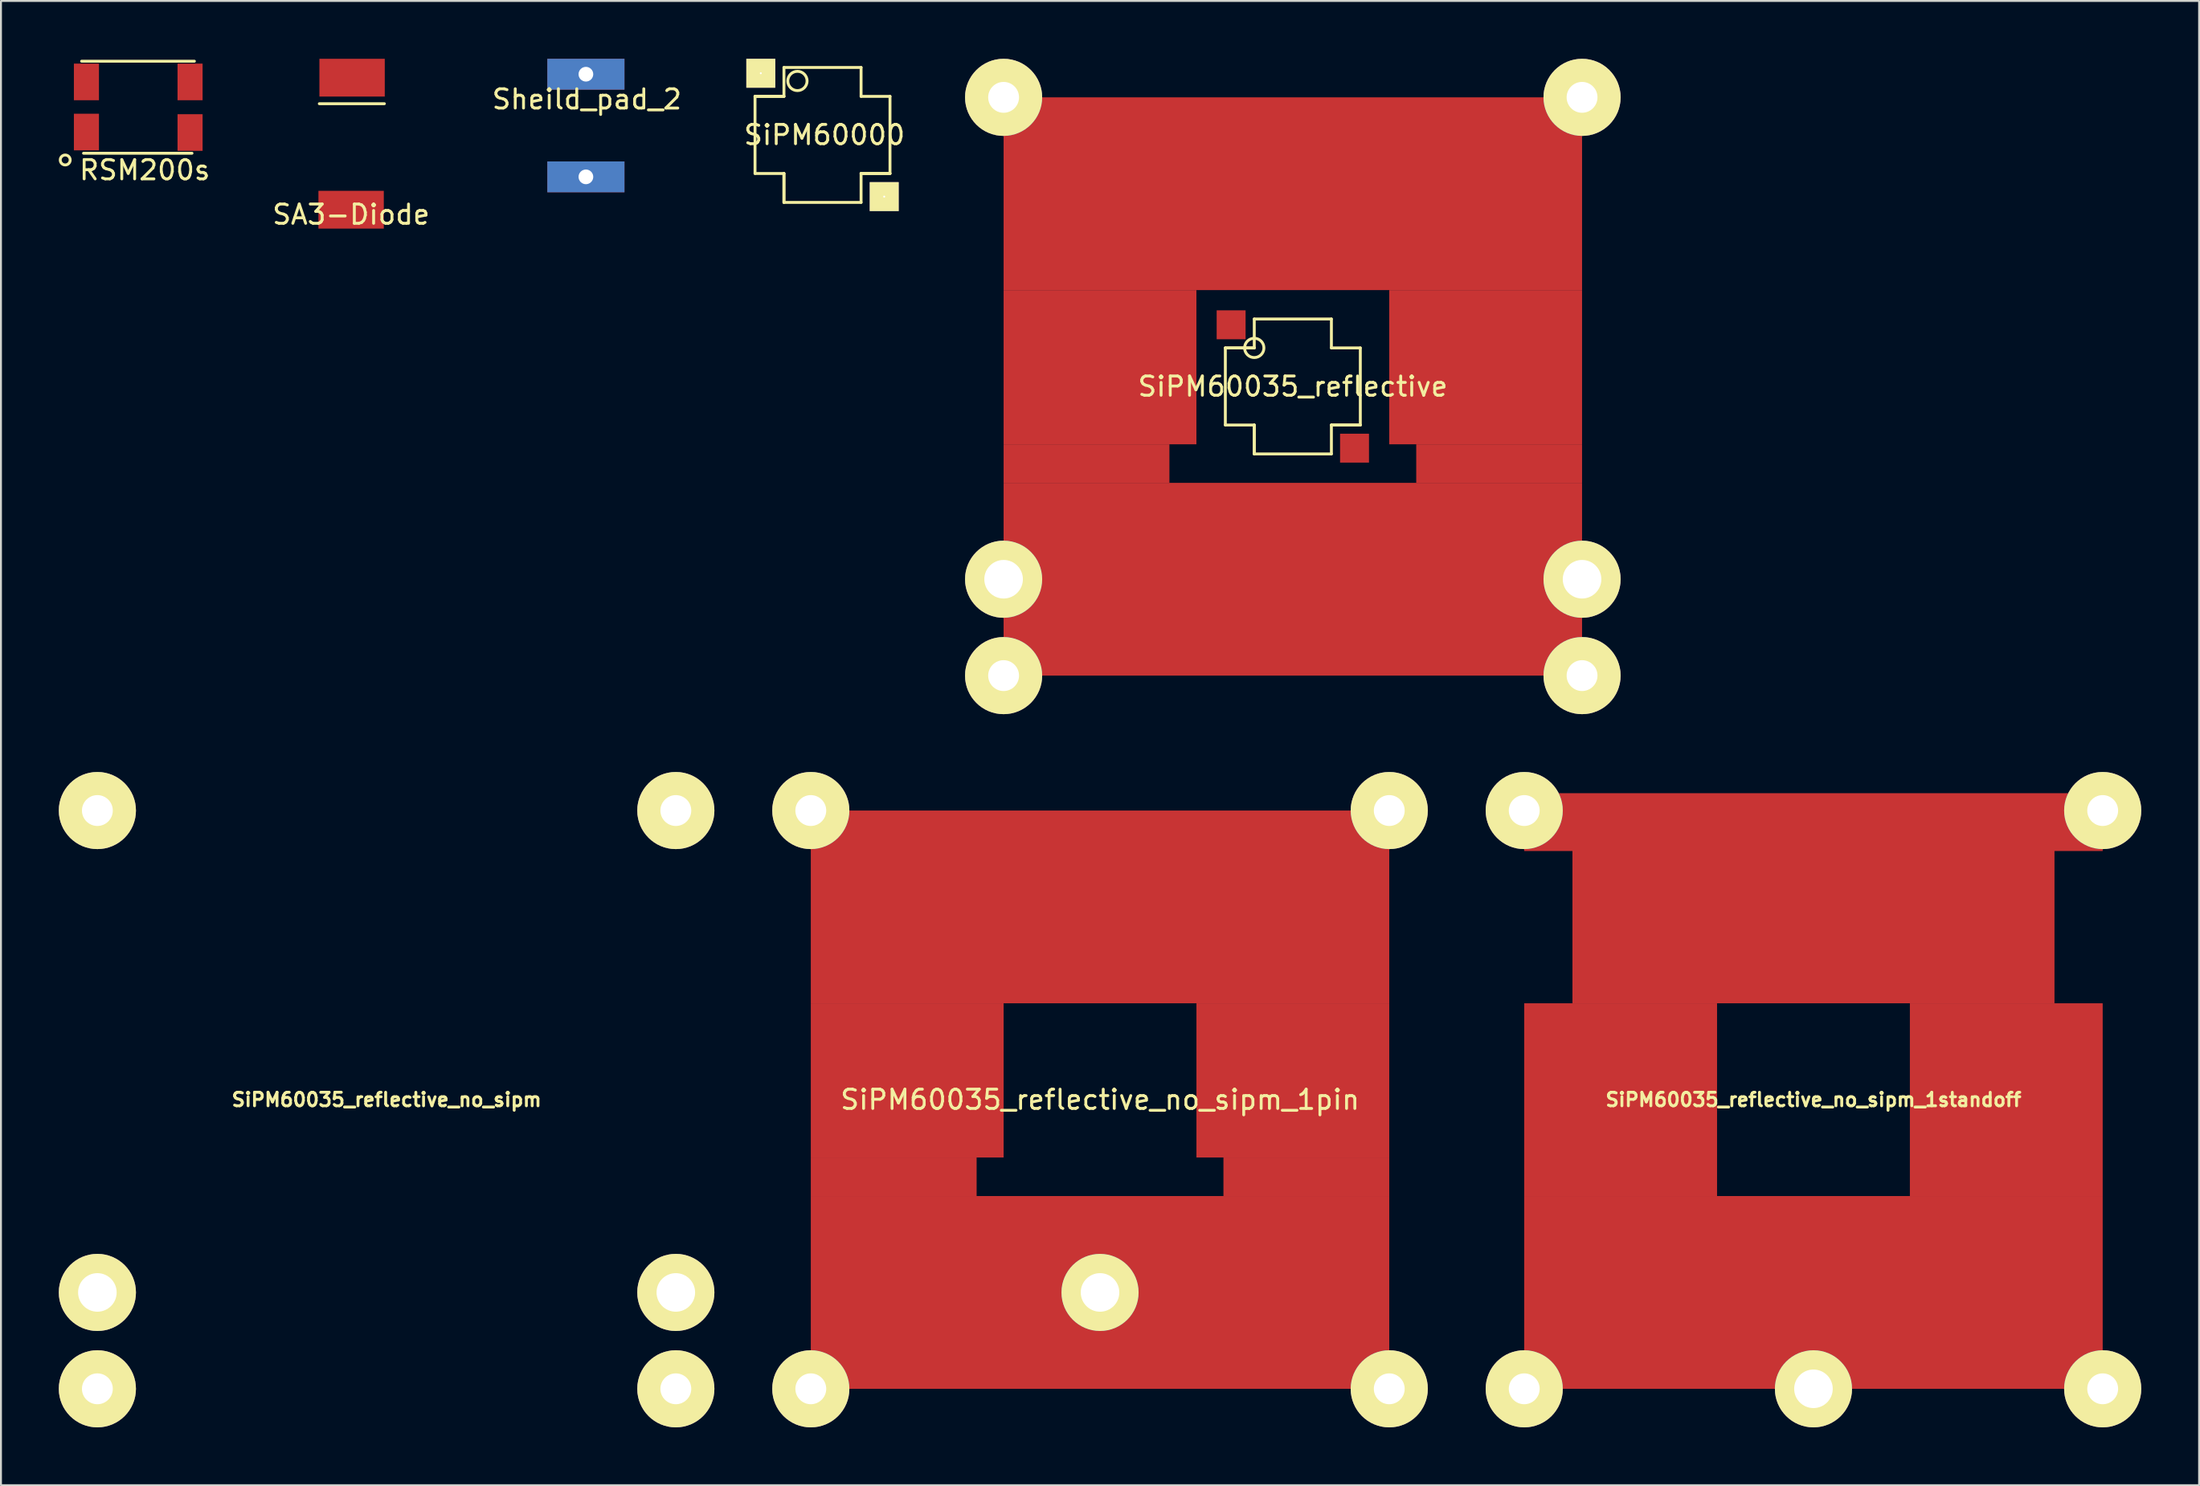
<source format=kicad_pcb>
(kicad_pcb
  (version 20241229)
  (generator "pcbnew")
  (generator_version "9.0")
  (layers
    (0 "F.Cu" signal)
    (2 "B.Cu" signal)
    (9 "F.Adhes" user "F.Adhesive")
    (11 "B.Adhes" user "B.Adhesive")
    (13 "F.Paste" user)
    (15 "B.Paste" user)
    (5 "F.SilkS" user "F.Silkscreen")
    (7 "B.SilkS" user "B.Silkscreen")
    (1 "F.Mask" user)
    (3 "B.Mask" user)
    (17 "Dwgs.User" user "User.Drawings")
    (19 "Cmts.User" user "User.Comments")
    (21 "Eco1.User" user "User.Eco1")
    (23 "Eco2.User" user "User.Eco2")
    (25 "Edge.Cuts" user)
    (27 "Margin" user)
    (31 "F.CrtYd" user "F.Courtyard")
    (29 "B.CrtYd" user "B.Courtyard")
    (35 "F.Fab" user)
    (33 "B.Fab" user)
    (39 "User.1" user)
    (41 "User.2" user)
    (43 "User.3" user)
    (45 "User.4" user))
  (footprint "SiPM60035_reflective"
    (layer "F.Cu")
    (at 63.999 17)
    (property "Reference" "SiPM60035_reflective" (at 0 0 0) (layer "F.SilkS") (effects (font (size 1 1) (thickness 0.15))))
    (attr through_hole)
    (fp_line (start -3.5 -2) (end -3.5 2) (stroke (width 0.15) (type solid)) (layer "F.SilkS"))
    (fp_line (start -3.5 -2) (end -2 -2) (stroke (width 0.15) (type solid)) (layer "F.SilkS"))
    (fp_line (start -3.5 -2) (end -2 -2) (stroke (width 0.15) (type solid)) (layer "F.SilkS"))
    (fp_line (start -2 -3.5) (end 2 -3.5) (stroke (width 0.15) (type solid)) (layer "F.SilkS"))
    (fp_line (start -2 -2) (end -2 -3.5) (stroke (width 0.15) (type solid)) (layer "F.SilkS"))
    (fp_line (start -2 2) (end -3.5 2) (stroke (width 0.15) (type solid)) (layer "F.SilkS"))
    (fp_line (start -2 2) (end -2 3.5) (stroke (width 0.15) (type solid)) (layer "F.SilkS"))
    (fp_line (start -2 3.5) (end -2 2) (stroke (width 0.15) (type solid)) (layer "F.SilkS"))
    (fp_line (start -2 3.5) (end 2 3.5) (stroke (width 0.15) (type solid)) (layer "F.SilkS"))
    (fp_line (start 2 -3.5) (end 2 -2) (stroke (width 0.15) (type solid)) (layer "F.SilkS"))
    (fp_line (start 2 2) (end 2 3.5) (stroke (width 0.15) (type solid)) (layer "F.SilkS"))
    (fp_line (start 2 2) (end 3.5 2) (stroke (width 0.15) (type solid)) (layer "F.SilkS"))
    (fp_line (start 3.5 -2) (end 2 -2) (stroke (width 0.15) (type solid)) (layer "F.SilkS"))
    (fp_line (start 3.5 -2) (end 3.5 2) (stroke (width 0.15) (type solid)) (layer "F.SilkS"))
    (fp_line (start 3.5 2) (end 2 2) (stroke (width 0.15) (type solid)) (layer "F.SilkS"))
    (fp_circle (center -2 -2) (end -1.5 -2) (stroke (width 0.15) (type solid)) (fill no) (layer "F.SilkS"))
    (pad "1" smd rect (at -3.2 -3.2) (size 1.5 1.5) (layers "F.Cu" "F.Mask" "F.Paste"))
    (pad "3" smd rect (at 3.2 3.2) (size 1.5 1.5) (layers "F.Cu" "F.Mask" "F.Paste"))
    (pad "4" thru_hole circle (at -15 -15) (size 4 4) (drill 1.6) (layers "*.Cu" "*.Mask" "F.SilkS"))
    (pad "4" thru_hole circle (at -15 10) (size 4 4) (drill 2) (layers "*.Cu" "*.Mask" "F.SilkS"))
    (pad "4" thru_hole circle (at -15 15) (size 4 4) (drill 1.6) (layers "*.Cu" "*.Mask" "F.SilkS"))
    (pad "4" smd rect (at -10.7 4) (size 8.6 2) (layers "F.Cu" "F.Mask" "F.Paste"))
    (pad "4" smd rect (at -10 -1) (size 10 8) (layers "F.Cu" "F.Mask" "F.Paste"))
    (pad "4" smd rect (at 0 -10) (size 30 10) (layers "F.Cu" "F.Mask" "F.Paste"))
    (pad "4" smd rect (at 0 10) (size 30 10) (layers "F.Cu" "F.Mask" "F.Paste"))
    (pad "4" smd rect (at 10 -1) (size 10 8) (layers "F.Cu" "F.Mask" "F.Paste"))
    (pad "4" smd rect (at 10.7 4) (size 8.6 2) (layers "F.Cu" "F.Mask" "F.Paste"))
    (pad "4" thru_hole circle (at 15 -15) (size 4 4) (drill 1.6) (layers "*.Cu" "*.Mask" "F.SilkS"))
    (pad "4" thru_hole circle (at 15 10) (size 4 4) (drill 2) (layers "*.Cu" "*.Mask" "F.SilkS"))
    (pad "4" thru_hole circle (at 15 15) (size 4 4) (drill 1.6) (layers "*.Cu" "*.Mask" "F.SilkS")))
  (footprint "RSM200s"
    (layer "F.Cu")
    (at 2.082 0.25)
    (property "Reference" "RSM200s" (at 2.375 5.525 0) (layer "F.SilkS") (effects (font (size 1 1) (thickness 0.15))))
    (attr through_hole)
    (fp_line (start -0.9 -0.125) (end 4.95 -0.125) (stroke (width 0.15) (type solid)) (layer "F.SilkS"))
    (fp_line (start -0.8 4.65) (end 4.825 4.65) (stroke (width 0.15) (type solid)) (layer "F.SilkS"))
    (fp_circle (center -1.75 5) (end -1.525 4.875) (stroke (width 0.15) (type solid)) (fill no) (layer "F.SilkS"))
    (pad "1" smd rect (at -0.65 3.55 90) (size 1.9 1.3) (layers "F.Cu" "F.Mask" "F.Paste"))
    (pad "2" smd rect (at 4.725 3.575 90) (size 1.9 1.3) (layers "F.Cu" "F.Mask" "F.Paste"))
    (pad "3" smd rect (at 4.725 0.95 90) (size 1.9 1.3) (layers "F.Cu" "F.Mask" "F.Paste"))
    (pad "4" smd rect (at -0.65 0.95 90) (size 1.9 1.3) (layers "F.Cu" "F.Mask" "F.Paste")))
  (footprint "SiPM60035_reflective_no_sipm_1standoff"
    (layer "F.Cu")
    (at 91 54)
    (property "Reference" "SiPM60035_reflective_no_sipm_1standoff" (at 0 0 0) (layer "F.SilkS") (effects (font (size 0.7 0.7) (thickness 0.15))))
    (attr through_hole)
    (pad "1" thru_hole circle (at -15 -15) (size 4 4) (drill 1.6) (layers "*.Cu" "*.Mask" "F.SilkS"))
    (pad "1" thru_hole circle (at -15 15) (size 4 4) (drill 1.6) (layers "*.Cu" "*.Mask" "F.SilkS"))
    (pad "1" smd rect (at -10 0) (size 10 10) (layers "F.Cu" "F.Mask" "F.Paste"))
    (pad "1" smd rect (at 0 -14.4) (size 30 3) (layers "F.Cu" "F.Mask" "F.Paste"))
    (pad "1" smd rect (at 0 -10) (size 25 10) (layers "F.Cu" "F.Mask" "F.Paste"))
    (pad "1" smd rect (at 0 10) (size 30 10) (layers "F.Cu" "F.Mask" "F.Paste"))
    (pad "1" thru_hole circle (at 0 15) (size 4 4) (drill 2) (layers "*.Cu" "*.Mask" "F.SilkS"))
    (pad "1" smd rect (at 10 0) (size 10 10) (layers "F.Cu" "F.Mask" "F.Paste"))
    (pad "1" thru_hole circle (at 15 -15) (size 4 4) (drill 1.6) (layers "*.Cu" "*.Mask" "F.SilkS"))
    (pad "1" thru_hole circle (at 15 15) (size 4 4) (drill 1.6) (layers "*.Cu" "*.Mask" "F.SilkS")))
  (footprint "SA3-Diode"
    (layer "F.Cu")
    (at 15.16 1.03)
    (property "Reference" "SA3-Diode" (at 0 7.05 0) (layer "F.SilkS") (effects (font (size 1 1) (thickness 0.15))))
    (attr through_hole)
    (fp_line (start -1.65 1.3) (end 1.725 1.3) (stroke (width 0.15) (type solid)) (layer "F.SilkS"))
    (pad "1" smd rect (at 0.05 -0.05 270) (size 1.96 3.39) (layers "F.Cu" "F.Mask" "F.Paste"))
    (pad "2" smd rect (at 0 6.8 270) (size 1.96 3.39) (layers "F.Cu" "F.Mask" "F.Paste")))
  (footprint "SiPM60035_reflective_no_sipm_1pin"
    (layer "F.Cu")
    (at 54 54)
    (property "Reference" "SiPM60035_reflective_no_sipm_1pin" (at 0 0 0) (layer "F.SilkS") (effects (font (size 1 1) (thickness 0.15))))
    (attr through_hole)
    (pad "1" thru_hole circle (at -15 -15) (size 4 4) (drill 1.6) (layers "*.Cu" "*.Mask" "F.SilkS"))
    (pad "1" thru_hole circle (at -15 15) (size 4 4) (drill 1.6) (layers "*.Cu" "*.Mask" "F.SilkS"))
    (pad "1" smd rect (at -10.7 4) (size 8.6 2) (layers "F.Cu" "F.Mask" "F.Paste"))
    (pad "1" smd rect (at -10 -1) (size 10 8) (layers "F.Cu" "F.Mask" "F.Paste"))
    (pad "1" smd rect (at 0 -10) (size 30 10) (layers "F.Cu" "F.Mask" "F.Paste"))
    (pad "1" thru_hole circle (at 0 10) (size 4 4) (drill 2) (layers "*.Cu" "*.Mask" "F.SilkS"))
    (pad "1" smd rect (at 0 10) (size 30 10) (layers "F.Cu" "F.Mask" "F.Paste"))
    (pad "1" smd rect (at 10 -1) (size 10 8) (layers "F.Cu" "F.Mask" "F.Paste"))
    (pad "1" smd rect (at 10.7 4) (size 8.6 2) (layers "F.Cu" "F.Mask" "F.Paste"))
    (pad "1" thru_hole circle (at 15 -15) (size 4 4) (drill 1.6) (layers "*.Cu" "*.Mask" "F.SilkS"))
    (pad "1" thru_hole circle (at 15 15) (size 4 4) (drill 1.6) (layers "*.Cu" "*.Mask" "F.SilkS")))
  (footprint "SiPM60035_reflective_no_sipm"
    (placed yes)
    (layer "F.Cu")
    (at 17 54)
    (property "Reference" "SiPM60035_reflective_no_sipm" (at 0 0 0) (layer "F.SilkS") (effects (font (size 0.7 0.7) (thickness 0.15))))
    (attr through_hole)
    (pad "1" thru_hole circle (at -15 -15) (size 4 4) (drill 1.6) (layers "*.Cu" "*.Mask" "F.SilkS"))
    (pad "1" thru_hole circle (at -15 10) (size 4 4) (drill 2) (layers "*.Cu" "*.Mask" "F.SilkS"))
    (pad "1" thru_hole circle (at -15 15) (size 4 4) (drill 1.6) (layers "*.Cu" "*.Mask" "F.SilkS"))
    (pad "1" thru_hole circle (at 15 -15) (size 4 4) (drill 1.6) (layers "*.Cu" "*.Mask" "F.SilkS"))
    (pad "1" thru_hole circle (at 15 10) (size 4 4) (drill 2) (layers "*.Cu" "*.Mask" "F.SilkS"))
    (pad "1" thru_hole circle (at 15 15) (size 4 4) (drill 1.6) (layers "*.Cu" "*.Mask" "F.SilkS")))
  (footprint "Sheild_pad_2"
    (layer "F.Cu")
    (at 27.386 1.6)
    (property "Reference" "Sheild_pad_2" (at 0 0.5 0) (layer "F.SilkS") (effects (font (size 1 1) (thickness 0.15))))
    (attr through_hole)
    (pad "1" thru_hole rect (at -0.05 -0.8) (size 4 1.6) (drill 0.762) (layers "*.Cu" "*.Mask"))
    (pad "1" thru_hole rect (at -0.05 4.525) (size 4 1.6) (drill 0.762) (layers "*.Cu" "*.Mask")))
  (footprint "SiPM60000"
    (layer "F.Cu")
    (at 39.607 3.95)
    (property "Reference" "SiPM60000" (at 0.1 0 0) (layer "F.SilkS") (effects (font (size 1 1) (thickness 0.15))))
    (attr through_hole)
    (fp_line (start -3.5 -2) (end -3.5 2) (stroke (width 0.15) (type solid)) (layer "F.SilkS"))
    (fp_line (start -3.5 -2) (end -2 -2) (stroke (width 0.15) (type solid)) (layer "F.SilkS"))
    (fp_line (start -3.5 -2) (end -2 -2) (stroke (width 0.15) (type solid)) (layer "F.SilkS"))
    (fp_line (start -2 -3.5) (end 2 -3.5) (stroke (width 0.15) (type solid)) (layer "F.SilkS"))
    (fp_line (start -2 -2) (end -2 -3.5) (stroke (width 0.15) (type solid)) (layer "F.SilkS"))
    (fp_line (start -2 2) (end -3.5 2) (stroke (width 0.15) (type solid)) (layer "F.SilkS"))
    (fp_line (start -2 2) (end -2 3.5) (stroke (width 0.15) (type solid)) (layer "F.SilkS"))
    (fp_line (start -2 3.5) (end -2 2) (stroke (width 0.15) (type solid)) (layer "F.SilkS"))
    (fp_line (start -2 3.5) (end 2 3.5) (stroke (width 0.15) (type solid)) (layer "F.SilkS"))
    (fp_line (start 2 -3.5) (end 2 -2) (stroke (width 0.15) (type solid)) (layer "F.SilkS"))
    (fp_line (start 2 2) (end 2 3.5) (stroke (width 0.15) (type solid)) (layer "F.SilkS"))
    (fp_line (start 2 2) (end 3.5 2) (stroke (width 0.15) (type solid)) (layer "F.SilkS"))
    (fp_line (start 3.5 -2) (end 2 -2) (stroke (width 0.15) (type solid)) (layer "F.SilkS"))
    (fp_line (start 3.5 -2) (end 3.5 2) (stroke (width 0.15) (type solid)) (layer "F.SilkS"))
    (fp_line (start 3.5 2) (end 2 2) (stroke (width 0.15) (type solid)) (layer "F.SilkS"))
    (fp_circle (center -1.3 -2.8) (end -0.8 -2.8) (stroke (width 0.15) (type solid)) (fill no) (layer "F.SilkS"))
    (pad "1" thru_hole rect (at -3.2 -3.2) (size 1.5 1.5) (drill 0.1) (layers "*.Cu" "*.Mask" "F.SilkS"))
    (pad "3" thru_hole rect (at 3.2 3.2) (size 1.5 1.5) (drill 0.1) (layers "*.Cu" "*.Mask" "F.SilkS")))
  (gr_rect
    (start -3 -3)
    (end 111 74)
    (stroke (width 0.1) (type default))
    (fill no)
    (layer "Edge.Cuts")))
</source>
